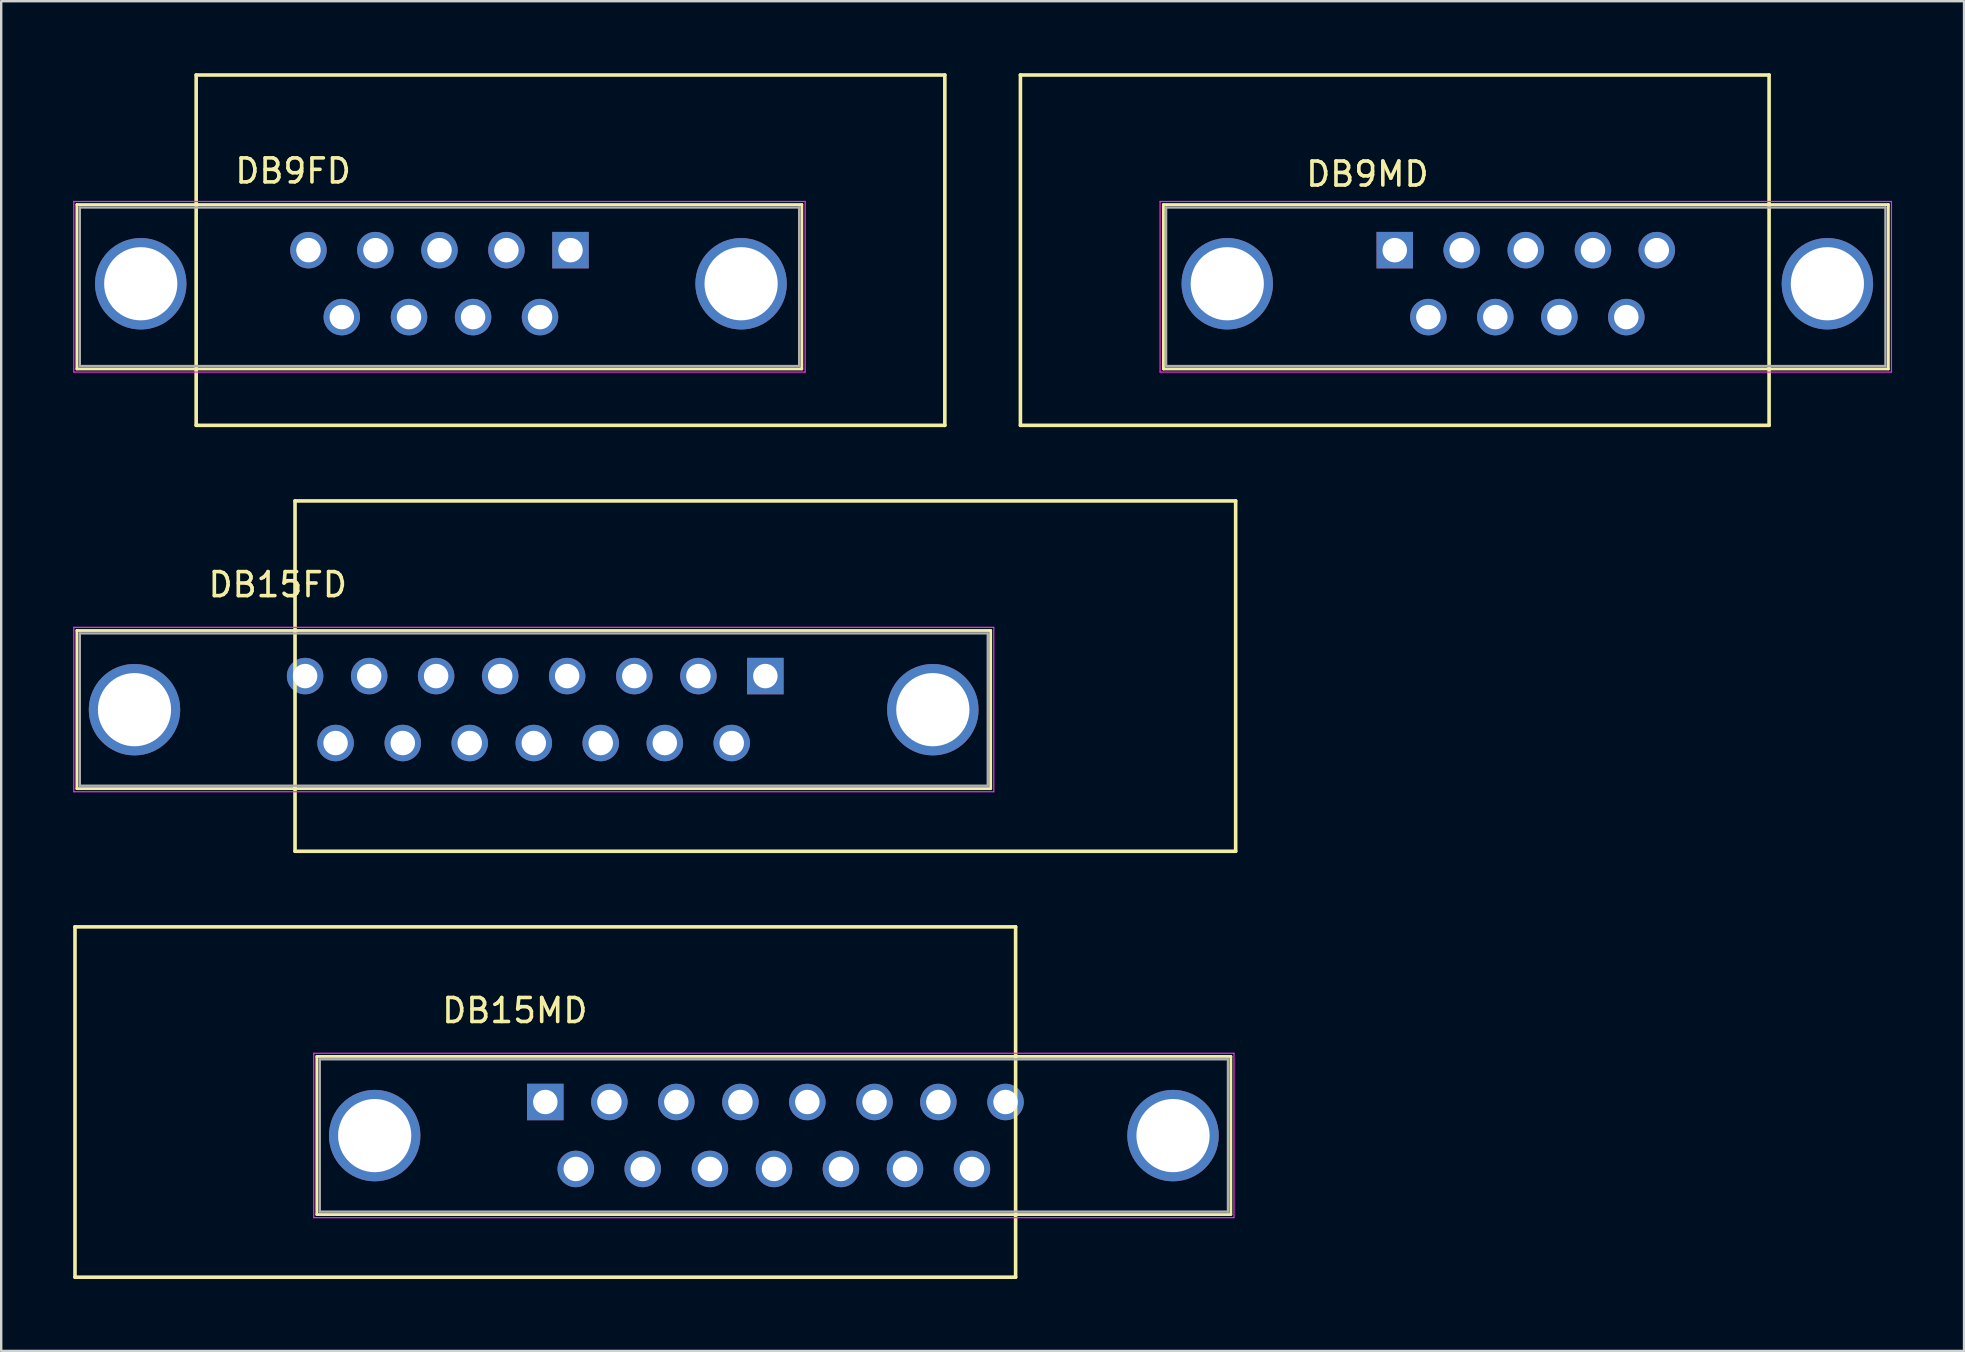
<source format=kicad_pcb>
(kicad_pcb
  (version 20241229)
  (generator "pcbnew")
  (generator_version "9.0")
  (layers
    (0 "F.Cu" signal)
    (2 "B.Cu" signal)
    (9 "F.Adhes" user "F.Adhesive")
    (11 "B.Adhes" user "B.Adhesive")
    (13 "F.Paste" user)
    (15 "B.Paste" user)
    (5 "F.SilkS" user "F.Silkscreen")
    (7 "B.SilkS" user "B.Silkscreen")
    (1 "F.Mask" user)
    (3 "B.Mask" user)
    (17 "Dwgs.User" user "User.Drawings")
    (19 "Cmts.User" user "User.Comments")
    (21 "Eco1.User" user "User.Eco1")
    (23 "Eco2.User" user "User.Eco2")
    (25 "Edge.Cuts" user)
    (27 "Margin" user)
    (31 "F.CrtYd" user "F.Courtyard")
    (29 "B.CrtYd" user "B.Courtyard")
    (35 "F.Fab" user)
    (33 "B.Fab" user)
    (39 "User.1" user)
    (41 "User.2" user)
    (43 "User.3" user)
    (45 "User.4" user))
  (footprint "DB9FD"
    (layer "F.Cu")
    (at 20.725 7.375)
    (property "Reference" "DB9FD" (at -11.56 -3.3 180) (layer "F.SilkS") (effects (font (size 1 1) (thickness 0.15))))
    (attr through_hole)
    (fp_line (start -20.57 -1.9) (end -20.57 4.95) (stroke (width 0.12) (type solid)) (layer "F.SilkS"))
    (fp_line (start -20.57 -1.9) (end 9.64 -1.9) (stroke (width 0.12) (type solid)) (layer "F.SilkS"))
    (fp_line (start -15.6 7.3) (end -15.6 -7.3) (stroke (width 0.15) (type solid)) (layer "F.SilkS"))
    (fp_line (start 9.64 4.95) (end -20.57 4.95) (stroke (width 0.12) (type solid)) (layer "F.SilkS"))
    (fp_line (start 9.64 4.95) (end 9.64 -1.9) (stroke (width 0.12) (type solid)) (layer "F.SilkS"))
    (fp_line (start 15.6 -7.3) (end -15.6 -7.3) (stroke (width 0.15) (type solid)) (layer "F.SilkS"))
    (fp_line (start 15.6 -7.3) (end 15.6 7.3) (stroke (width 0.15) (type solid)) (layer "F.SilkS"))
    (fp_line (start 15.6 7.3) (end -15.6 7.3) (stroke (width 0.15) (type solid)) (layer "F.SilkS"))
    (fp_line (start -20.7 -2.03) (end -20.7 5.08) (stroke (width 0.05) (type solid)) (layer "F.CrtYd"))
    (fp_line (start -20.7 -2.03) (end 9.78 -2.03) (stroke (width 0.05) (type solid)) (layer "F.CrtYd"))
    (fp_line (start 9.78 5.08) (end -20.7 5.08) (stroke (width 0.05) (type solid)) (layer "F.CrtYd"))
    (fp_line (start 9.78 5.08) (end 9.78 -2.03) (stroke (width 0.05) (type solid)) (layer "F.CrtYd"))
    (fp_line (start -20.45 -1.78) (end -20.45 4.83) (stroke (width 0.1) (type solid)) (layer "F.Fab"))
    (fp_line (start -20.45 4.83) (end 9.53 4.83) (stroke (width 0.1) (type solid)) (layer "F.Fab"))
    (fp_line (start 9.53 -1.78) (end -20.45 -1.78) (stroke (width 0.1) (type solid)) (layer "F.Fab"))
    (fp_line (start 9.53 4.83) (end 9.53 -1.78) (stroke (width 0.1) (type solid)) (layer "F.Fab"))
    (pad "0" thru_hole circle (at -17.91 1.4) (size 3.81 3.81) (drill 3.05) (layers "*.Cu" "*.Mask"))
    (pad "0" thru_hole circle (at 7.11 1.4) (size 3.81 3.81) (drill 3.05) (layers "*.Cu" "*.Mask"))
    (pad "1" thru_hole rect (at 0 0) (size 1.52 1.52) (drill 1.02) (layers "*.Cu" "*.Mask"))
    (pad "2" thru_hole circle (at -2.67 0) (size 1.52 1.52) (drill 1.02) (layers "*.Cu" "*.Mask"))
    (pad "3" thru_hole circle (at -5.46 0) (size 1.52 1.52) (drill 1.02) (layers "*.Cu" "*.Mask"))
    (pad "4" thru_hole circle (at -8.13 0) (size 1.52 1.52) (drill 1.02) (layers "*.Cu" "*.Mask"))
    (pad "5" thru_hole circle (at -10.92 0) (size 1.52 1.52) (drill 1.02) (layers "*.Cu" "*.Mask"))
    (pad "6" thru_hole circle (at -1.27 2.79) (size 1.52 1.52) (drill 1.02) (layers "*.Cu" "*.Mask"))
    (pad "7" thru_hole circle (at -4.06 2.79) (size 1.52 1.52) (drill 1.02) (layers "*.Cu" "*.Mask"))
    (pad "8" thru_hole circle (at -6.73 2.79) (size 1.52 1.52) (drill 1.02) (layers "*.Cu" "*.Mask"))
    (pad "9" thru_hole circle (at -9.53 2.79) (size 1.52 1.52) (drill 1.02) (layers "*.Cu" "*.Mask")))
  (footprint "DB9MD"
    (layer "F.Cu")
    (at 55.075 7.375)
    (property "Reference" "DB9MD" (at -1.14 -3.17 0) (layer "F.SilkS") (effects (font (size 1 1) (thickness 0.15))))
    (attr through_hole)
    (fp_line (start -15.6 7.3) (end -15.6 -7.3) (stroke (width 0.15) (type solid)) (layer "F.SilkS"))
    (fp_line (start -9.64 -1.9) (end -9.64 4.95) (stroke (width 0.12) (type solid)) (layer "F.SilkS"))
    (fp_line (start -9.64 -1.9) (end 20.57 -1.9) (stroke (width 0.12) (type solid)) (layer "F.SilkS"))
    (fp_line (start 15.6 -7.3) (end -15.6 -7.3) (stroke (width 0.15) (type solid)) (layer "F.SilkS"))
    (fp_line (start 15.6 -7.3) (end 15.6 7.3) (stroke (width 0.15) (type solid)) (layer "F.SilkS"))
    (fp_line (start 15.6 7.3) (end -15.6 7.3) (stroke (width 0.15) (type solid)) (layer "F.SilkS"))
    (fp_line (start 20.57 4.95) (end -9.64 4.95) (stroke (width 0.12) (type solid)) (layer "F.SilkS"))
    (fp_line (start 20.57 4.95) (end 20.57 -1.9) (stroke (width 0.12) (type solid)) (layer "F.SilkS"))
    (fp_line (start -9.78 -2.03) (end -9.78 5.08) (stroke (width 0.05) (type solid)) (layer "F.CrtYd"))
    (fp_line (start -9.78 -2.03) (end 20.7 -2.03) (stroke (width 0.05) (type solid)) (layer "F.CrtYd"))
    (fp_line (start 20.7 5.08) (end -9.78 5.08) (stroke (width 0.05) (type solid)) (layer "F.CrtYd"))
    (fp_line (start 20.7 5.08) (end 20.7 -2.03) (stroke (width 0.05) (type solid)) (layer "F.CrtYd"))
    (fp_line (start -9.53 -1.78) (end -9.53 4.83) (stroke (width 0.1) (type solid)) (layer "F.Fab"))
    (fp_line (start -9.53 4.83) (end 20.45 4.83) (stroke (width 0.1) (type solid)) (layer "F.Fab"))
    (fp_line (start 20.45 -1.78) (end -9.53 -1.78) (stroke (width 0.1) (type solid)) (layer "F.Fab"))
    (fp_line (start 20.45 4.83) (end 20.45 -1.78) (stroke (width 0.1) (type solid)) (layer "F.Fab"))
    (pad "0" thru_hole circle (at -6.98 1.4) (size 3.81 3.81) (drill 3.05) (layers "*.Cu" "*.Mask"))
    (pad "0" thru_hole circle (at 18.03 1.4) (size 3.81 3.81) (drill 3.05) (layers "*.Cu" "*.Mask"))
    (pad "1" thru_hole rect (at 0 0) (size 1.52 1.52) (drill 1.02) (layers "*.Cu" "*.Mask"))
    (pad "2" thru_hole circle (at 2.79 0) (size 1.52 1.52) (drill 1.02) (layers "*.Cu" "*.Mask"))
    (pad "3" thru_hole circle (at 5.46 0) (size 1.52 1.52) (drill 1.02) (layers "*.Cu" "*.Mask"))
    (pad "4" thru_hole circle (at 8.26 0) (size 1.52 1.52) (drill 1.02) (layers "*.Cu" "*.Mask"))
    (pad "5" thru_hole circle (at 10.92 0) (size 1.52 1.52) (drill 1.02) (layers "*.Cu" "*.Mask"))
    (pad "6" thru_hole circle (at 1.4 2.79) (size 1.52 1.52) (drill 1.02) (layers "*.Cu" "*.Mask"))
    (pad "7" thru_hole circle (at 4.19 2.79) (size 1.52 1.52) (drill 1.02) (layers "*.Cu" "*.Mask"))
    (pad "8" thru_hole circle (at 6.86 2.79) (size 1.52 1.52) (drill 1.02) (layers "*.Cu" "*.Mask"))
    (pad "9" thru_hole circle (at 9.65 2.79) (size 1.52 1.52) (drill 1.02) (layers "*.Cu" "*.Mask")))
  (footprint "DB15MD"
    (layer "F.Cu")
    (at 19.675 42.875)
    (property "Reference" "DB15MD" (at -1.27 -3.81 180) (layer "F.SilkS") (effects (font (size 1 1) (thickness 0.15))))
    (attr through_hole)
    (fp_line (start -19.6 7.3) (end -19.6 -7.3) (stroke (width 0.15) (type solid)) (layer "F.SilkS"))
    (fp_line (start -9.52 -1.9) (end -9.52 4.69) (stroke (width 0.12) (type solid)) (layer "F.SilkS"))
    (fp_line (start -9.52 -1.9) (end 28.57 -1.9) (stroke (width 0.12) (type solid)) (layer "F.SilkS"))
    (fp_line (start 19.6 -7.3) (end -19.6 -7.3) (stroke (width 0.15) (type solid)) (layer "F.SilkS"))
    (fp_line (start 19.6 -7.3) (end 19.6 7.3) (stroke (width 0.15) (type solid)) (layer "F.SilkS"))
    (fp_line (start 19.6 7.3) (end -19.6 7.3) (stroke (width 0.15) (type solid)) (layer "F.SilkS"))
    (fp_line (start 28.57 4.69) (end -9.52 4.69) (stroke (width 0.12) (type solid)) (layer "F.SilkS"))
    (fp_line (start 28.57 4.69) (end 28.57 -1.9) (stroke (width 0.12) (type solid)) (layer "F.SilkS"))
    (fp_line (start -9.65 -2.03) (end -9.65 4.82) (stroke (width 0.05) (type solid)) (layer "F.CrtYd"))
    (fp_line (start -9.65 -2.03) (end 28.7 -2.03) (stroke (width 0.05) (type solid)) (layer "F.CrtYd"))
    (fp_line (start 28.7 4.82) (end -9.65 4.82) (stroke (width 0.05) (type solid)) (layer "F.CrtYd"))
    (fp_line (start 28.7 4.82) (end 28.7 -2.03) (stroke (width 0.05) (type solid)) (layer "F.CrtYd"))
    (fp_line (start -9.4 -1.78) (end -9.4 4.57) (stroke (width 0.1) (type solid)) (layer "F.Fab"))
    (fp_line (start -9.4 4.57) (end 28.45 4.57) (stroke (width 0.1) (type solid)) (layer "F.Fab"))
    (fp_line (start 28.45 -1.78) (end -9.4 -1.78) (stroke (width 0.1) (type solid)) (layer "F.Fab"))
    (fp_line (start 28.45 4.57) (end 28.45 -1.78) (stroke (width 0.1) (type solid)) (layer "F.Fab"))
    (pad "0" thru_hole circle (at -7.11 1.4) (size 3.81 3.81) (drill 3.05) (layers "*.Cu" "*.Mask"))
    (pad "0" thru_hole circle (at 26.16 1.4) (size 3.81 3.81) (drill 3.05) (layers "*.Cu" "*.Mask"))
    (pad "1" thru_hole rect (at 0 0) (size 1.52 1.52) (drill 1.02) (layers "*.Cu" "*.Mask"))
    (pad "2" thru_hole circle (at 2.67 0) (size 1.52 1.52) (drill 1.02) (layers "*.Cu" "*.Mask"))
    (pad "3" thru_hole circle (at 5.46 0) (size 1.52 1.52) (drill 1.02) (layers "*.Cu" "*.Mask"))
    (pad "4" thru_hole circle (at 8.13 0) (size 1.52 1.52) (drill 1.02) (layers "*.Cu" "*.Mask"))
    (pad "5" thru_hole circle (at 10.92 0) (size 1.52 1.52) (drill 1.02) (layers "*.Cu" "*.Mask"))
    (pad "6" thru_hole circle (at 13.72 0) (size 1.52 1.52) (drill 1.02) (layers "*.Cu" "*.Mask"))
    (pad "7" thru_hole circle (at 16.38 0) (size 1.52 1.52) (drill 1.02) (layers "*.Cu" "*.Mask"))
    (pad "8" thru_hole circle (at 19.18 0) (size 1.52 1.52) (drill 1.02) (layers "*.Cu" "*.Mask"))
    (pad "9" thru_hole circle (at 1.27 2.79) (size 1.52 1.52) (drill 1.02) (layers "*.Cu" "*.Mask"))
    (pad "10" thru_hole circle (at 4.06 2.79) (size 1.52 1.52) (drill 1.02) (layers "*.Cu" "*.Mask"))
    (pad "11" thru_hole circle (at 6.86 2.79) (size 1.52 1.52) (drill 1.02) (layers "*.Cu" "*.Mask"))
    (pad "12" thru_hole circle (at 9.53 2.79) (size 1.52 1.52) (drill 1.02) (layers "*.Cu" "*.Mask"))
    (pad "13" thru_hole circle (at 12.32 2.79) (size 1.52 1.52) (drill 1.02) (layers "*.Cu" "*.Mask"))
    (pad "14" thru_hole circle (at 14.99 2.79) (size 1.52 1.52) (drill 1.02) (layers "*.Cu" "*.Mask"))
    (pad "15" thru_hole circle (at 17.78 2.79) (size 1.52 1.52) (drill 1.02) (layers "*.Cu" "*.Mask")))
  (footprint "DB15FD"
    (layer "F.Cu")
    (at 28.845 25.125)
    (property "Reference" "DB15FD" (at -20.32 -3.81 180) (layer "F.SilkS") (effects (font (size 1 1) (thickness 0.15))))
    (attr through_hole)
    (fp_line (start -28.69 -1.9) (end -28.69 4.69) (stroke (width 0.12) (type solid)) (layer "F.SilkS"))
    (fp_line (start -28.69 -1.9) (end 9.39 -1.9) (stroke (width 0.12) (type solid)) (layer "F.SilkS"))
    (fp_line (start -19.6 7.3) (end -19.6 -7.3) (stroke (width 0.15) (type solid)) (layer "F.SilkS"))
    (fp_line (start 9.39 4.69) (end -28.69 4.69) (stroke (width 0.12) (type solid)) (layer "F.SilkS"))
    (fp_line (start 9.39 4.69) (end 9.39 -1.9) (stroke (width 0.12) (type solid)) (layer "F.SilkS"))
    (fp_line (start 19.6 -7.3) (end -19.6 -7.3) (stroke (width 0.15) (type solid)) (layer "F.SilkS"))
    (fp_line (start 19.6 -7.3) (end 19.6 7.3) (stroke (width 0.15) (type solid)) (layer "F.SilkS"))
    (fp_line (start 19.6 7.3) (end -19.6 7.3) (stroke (width 0.15) (type solid)) (layer "F.SilkS"))
    (fp_line (start -28.82 -2.03) (end -28.82 4.82) (stroke (width 0.05) (type solid)) (layer "F.CrtYd"))
    (fp_line (start -28.82 -2.03) (end 9.52 -2.03) (stroke (width 0.05) (type solid)) (layer "F.CrtYd"))
    (fp_line (start 9.52 4.82) (end -28.82 4.82) (stroke (width 0.05) (type solid)) (layer "F.CrtYd"))
    (fp_line (start 9.52 4.82) (end 9.52 -2.03) (stroke (width 0.05) (type solid)) (layer "F.CrtYd"))
    (fp_line (start -28.57 -1.78) (end -28.57 4.57) (stroke (width 0.1) (type solid)) (layer "F.Fab"))
    (fp_line (start -28.57 4.57) (end 9.27 4.57) (stroke (width 0.1) (type solid)) (layer "F.Fab"))
    (fp_line (start 9.27 -1.78) (end -28.57 -1.78) (stroke (width 0.1) (type solid)) (layer "F.Fab"))
    (fp_line (start 9.27 4.57) (end 9.27 -1.78) (stroke (width 0.1) (type solid)) (layer "F.Fab"))
    (pad "0" thru_hole circle (at -26.29 1.4) (size 3.81 3.81) (drill 3.05) (layers "*.Cu" "*.Mask"))
    (pad "0" thru_hole circle (at 6.98 1.4) (size 3.81 3.81) (drill 3.05) (layers "*.Cu" "*.Mask"))
    (pad "1" thru_hole rect (at 0 0) (size 1.52 1.52) (drill 1.02) (layers "*.Cu" "*.Mask"))
    (pad "2" thru_hole circle (at -2.79 0) (size 1.52 1.52) (drill 1.02) (layers "*.Cu" "*.Mask"))
    (pad "3" thru_hole circle (at -5.46 0) (size 1.52 1.52) (drill 1.02) (layers "*.Cu" "*.Mask"))
    (pad "4" thru_hole circle (at -8.26 0) (size 1.52 1.52) (drill 1.02) (layers "*.Cu" "*.Mask"))
    (pad "5" thru_hole circle (at -11.05 0) (size 1.52 1.52) (drill 1.02) (layers "*.Cu" "*.Mask"))
    (pad "6" thru_hole circle (at -13.72 0) (size 1.52 1.52) (drill 1.02) (layers "*.Cu" "*.Mask"))
    (pad "7" thru_hole circle (at -16.51 0) (size 1.52 1.52) (drill 1.02) (layers "*.Cu" "*.Mask"))
    (pad "8" thru_hole circle (at -19.18 0) (size 1.52 1.52) (drill 1.02) (layers "*.Cu" "*.Mask"))
    (pad "9" thru_hole circle (at -1.4 2.79) (size 1.52 1.52) (drill 1.02) (layers "*.Cu" "*.Mask"))
    (pad "10" thru_hole circle (at -4.19 2.79) (size 1.52 1.52) (drill 1.02) (layers "*.Cu" "*.Mask"))
    (pad "11" thru_hole circle (at -6.86 2.79) (size 1.52 1.52) (drill 1.02) (layers "*.Cu" "*.Mask"))
    (pad "12" thru_hole circle (at -9.65 2.79) (size 1.52 1.52) (drill 1.02) (layers "*.Cu" "*.Mask"))
    (pad "13" thru_hole circle (at -12.32 2.79) (size 1.52 1.52) (drill 1.02) (layers "*.Cu" "*.Mask"))
    (pad "14" thru_hole circle (at -15.11 2.79) (size 1.52 1.52) (drill 1.02) (layers "*.Cu" "*.Mask"))
    (pad "15" thru_hole circle (at -17.91 2.79) (size 1.52 1.52) (drill 1.02) (layers "*.Cu" "*.Mask")))
  (gr_rect
    (start -3 -3)
    (end 78.8 53.25)
    (stroke (width 0.1) (type default))
    (fill no)
    (layer "Edge.Cuts")))
</source>
